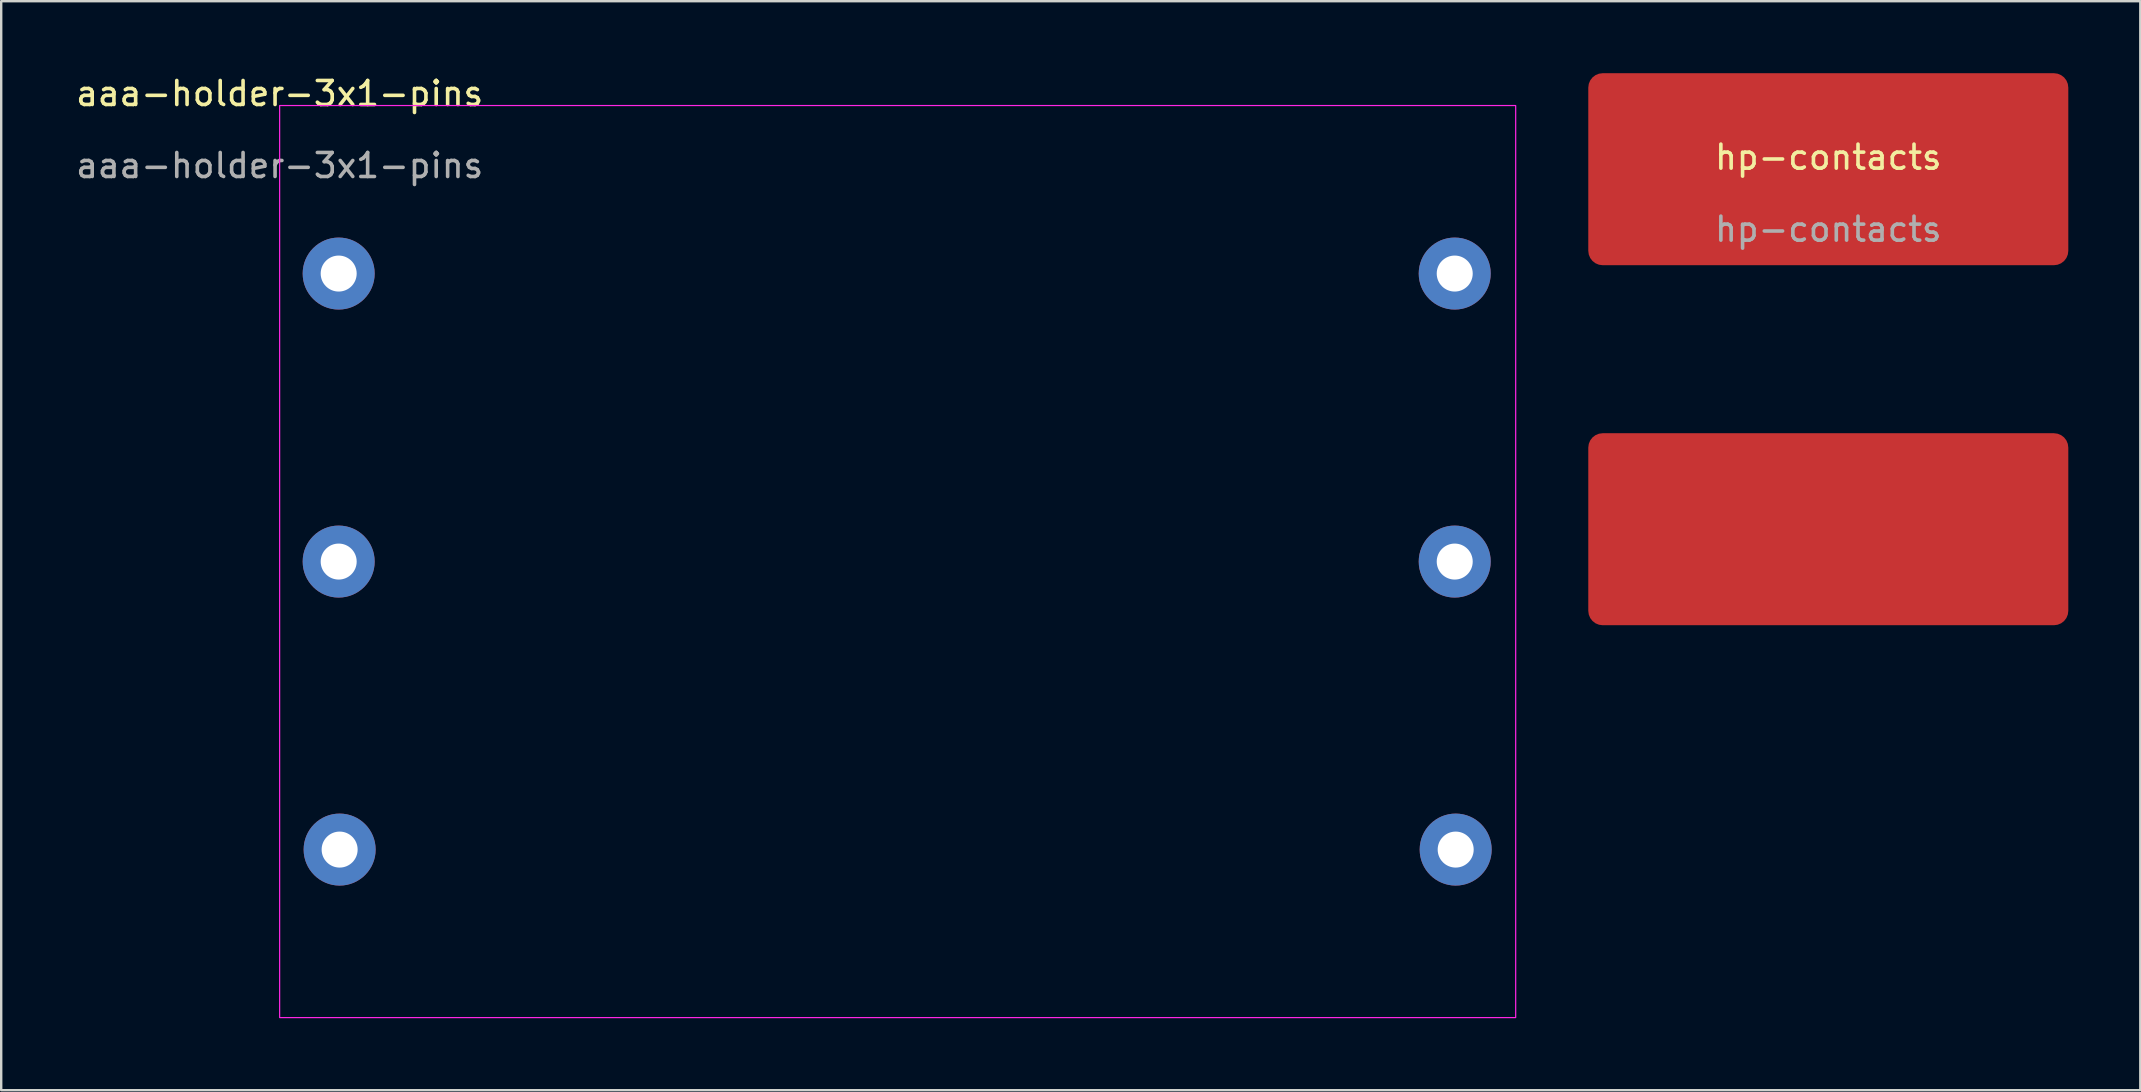
<source format=kicad_pcb>
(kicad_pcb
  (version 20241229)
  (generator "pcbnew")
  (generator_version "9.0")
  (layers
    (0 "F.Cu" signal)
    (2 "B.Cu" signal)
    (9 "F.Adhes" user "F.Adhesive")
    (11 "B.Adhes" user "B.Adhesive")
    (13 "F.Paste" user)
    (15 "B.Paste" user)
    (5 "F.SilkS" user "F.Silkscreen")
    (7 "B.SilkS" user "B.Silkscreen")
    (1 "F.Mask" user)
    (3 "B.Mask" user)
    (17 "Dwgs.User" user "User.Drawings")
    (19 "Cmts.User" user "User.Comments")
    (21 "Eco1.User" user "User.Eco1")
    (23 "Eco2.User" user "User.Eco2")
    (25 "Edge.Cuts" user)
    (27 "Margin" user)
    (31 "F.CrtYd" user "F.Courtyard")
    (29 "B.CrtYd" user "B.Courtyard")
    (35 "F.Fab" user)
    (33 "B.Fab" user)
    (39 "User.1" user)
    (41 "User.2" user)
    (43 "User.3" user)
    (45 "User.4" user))
  (footprint "hp-contacts"
    (layer "F.Cu")
    (at 73.126 4)
    (property "Reference" "hp-contacts" (at 0 -0.5 0) (unlocked yes) (layer "F.SilkS") (effects (font (size 1 1) (thickness 0.15))))
    (attr smd)
    (fp_text user "${REFERENCE}" (at 0 2.5 0) (unlocked yes) (layer "F.Fab") (effects (font (size 1 1) (thickness 0.15))))
    (pad "1" smd roundrect (at 0 0) (size 20 8) (layers "F.Cu" "F.Mask" "F.Paste") (roundrect_rratio 0.075))
    (pad "2" smd roundrect (at 0 15) (size 20 8) (layers "F.Cu" "F.Mask" "F.Paste") (roundrect_rratio 0.075)))
  (footprint "aaa-holder-3x1-pins"
    (layer "F.Cu")
    (at 8.601 1.348)
    (property "Reference" "aaa-holder-3x1-pins" (at 0 -0.5 0) (unlocked yes) (layer "F.SilkS") (effects (font (size 1 1) (thickness 0.15))))
    (attr through_hole)
    (fp_rect (start 0 0) (end 51.5 38) (stroke (width 0.05) (type default)) (fill no) (layer "F.CrtYd"))
    (fp_text user "${REFERENCE}" (at 0 2.5 0) (unlocked yes) (layer "F.Fab") (effects (font (size 1 1) (thickness 0.15))))
    (pad "1" thru_hole circle (at 2.46 7) (size 3 3) (drill 1.5) (layers "*.Cu" "*.Mask"))
    (pad "2" thru_hole circle (at 2.46 19) (size 3 3) (drill 1.5) (layers "*.Cu" "*.Mask"))
    (pad "3" thru_hole circle (at 2.5 31) (size 3 3) (drill 1.5) (layers "*.Cu" "*.Mask"))
    (pad "4" thru_hole circle (at 49 31) (size 3 3) (drill 1.5) (layers "*.Cu" "*.Mask"))
    (pad "5" thru_hole circle (at 48.96 19) (size 3 3) (drill 1.5) (layers "*.Cu" "*.Mask"))
    (pad "6" thru_hole circle (at 48.96 7) (size 3 3) (drill 1.5) (layers "*.Cu" "*.Mask")))
  (gr_rect
    (start -3 -3)
    (end 86.126 42.373)
    (stroke (width 0.1) (type default))
    (fill no)
    (layer "Edge.Cuts")))
</source>
